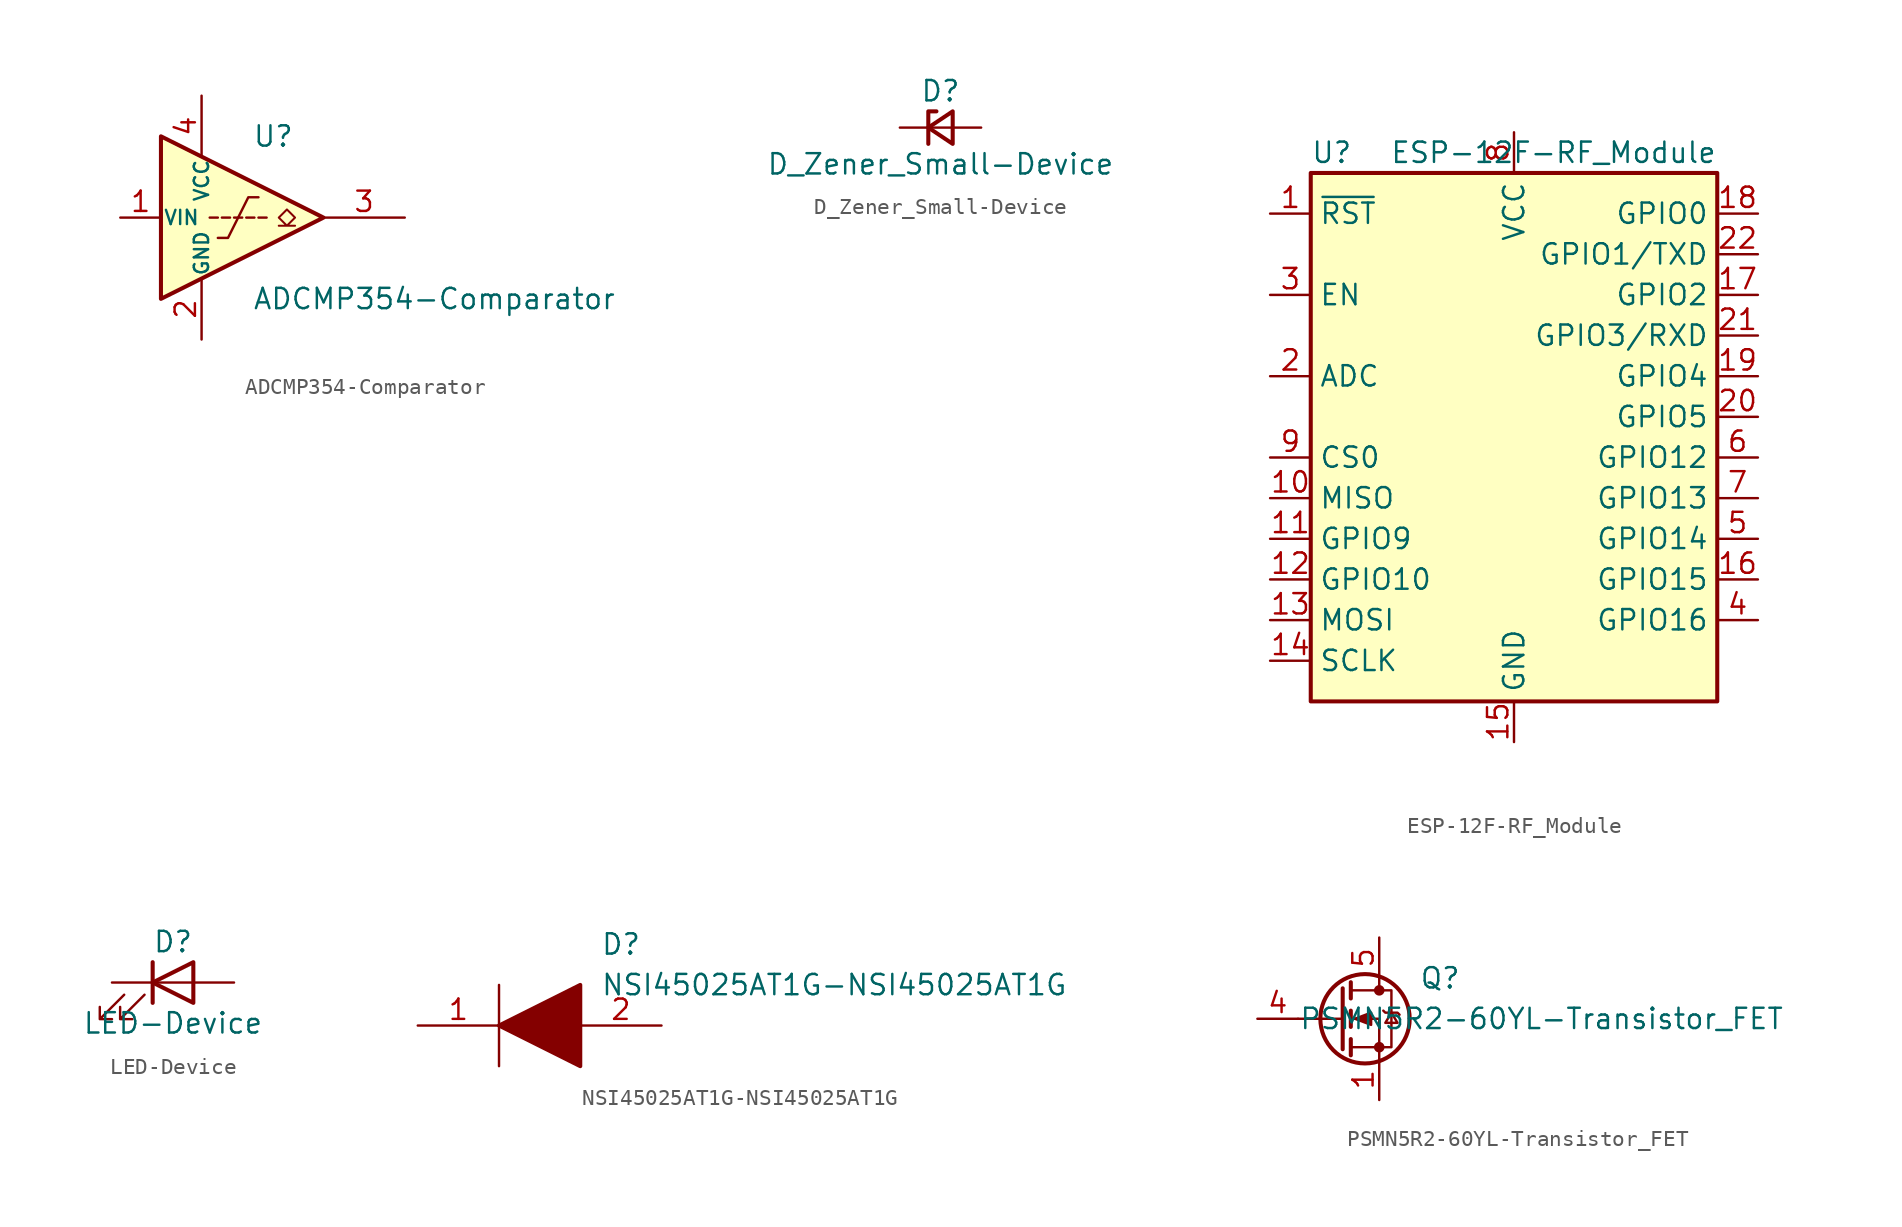
<source format=kicad_sym>
(kicad_symbol_lib
  (version 20211014)
  (generator kicad_symbol_editor)
  (symbol "ADCMP354-Comparator"
    (pin_names
      (offset 0.127))
    (property "Reference" "U"
      (at 3.175 5.08 0)
      (effects (font (size 1.27 1.27)) (justify left)))
    (property "Value" "ADCMP354-Comparator"
      (at 3.175 -5.08 0)
      (effects (font (size 1.27 1.27)) (justify left)))
    (symbol "ADCMP354-Comparator_0_1"
      (polyline (pts (xy 1.016 0) (xy 0.508 0)) (stroke (width 0) (type default) (color 0 0 0 0)) (fill (type none)))
      (polyline (pts (xy 1.778 0) (xy 1.27 0)) (stroke (width 0) (type default) (color 0 0 0 0)) (fill (type none)))
      (polyline (pts (xy 2.032 0) (xy 2.54 0)) (stroke (width 0) (type default) (color 0 0 0 0)) (fill (type none)))
      (polyline (pts (xy 2.794 0) (xy 3.302 0)) (stroke (width 0) (type default) (color 0 0 0 0)) (fill (type none)))
      (polyline (pts (xy 3.556 0) (xy 4.064 0)) (stroke (width 0) (type default) (color 0 0 0 0)) (fill (type none)))
      (polyline (pts (xy -2.54 5.08) (xy 7.62 0) (xy -2.54 -5.08) (xy -2.54 5.08)) (stroke (width 0.254) (type default) (color 0 0 0 0)) (fill (type background)))
      (polyline (pts (xy 1.016 -1.27) (xy 1.651 -1.27) (xy 2.921 1.27) (xy 3.556 1.27)) (stroke (width 0) (type default) (color 0 0 0 0)) (fill (type none)))
      (polyline (pts (xy 4.826 -0.508) (xy 5.334 -0.508) (xy 4.826 0) (xy 5.334 0.508) (xy 5.842 0) (xy 5.334 -0.508) (xy 5.842 -0.508)) (stroke (width 0.127) (type default) (color 0 0 0 0)) (fill (type none))))
    (symbol "ADCMP354-Comparator_1_1"
      (pin input line (at -5.08 0 0) (length 2.54) (name "VIN" (effects (font (size 0.889 0.889)))) (number "1" (effects (font (size 1.27 1.27)))))
      (pin power_in line (at 0 -7.62 90) (length 3.81) (name "GND" (effects (font (size 0.889 0.889)))) (number "2" (effects (font (size 1.27 1.27)))))
      (pin open_collector line (at 12.7 0 180) (length 5.08) (name "~" (effects (font (size 1.27 1.27)))) (number "3" (effects (font (size 1.27 1.27)))))
      (pin power_in line (at 0 7.62 270) (length 3.81) (name "VCC" (effects (font (size 0.889 0.889)))) (number "4" (effects (font (size 1.27 1.27)))))))
  (symbol "D_Zener_Small-Device"
    (pin_numbers hide)
    (pin_names
      (offset 0.254) hide)
    (property "Reference" "D"
      (at 0 2.286 0)
      (effects (font (size 1.27 1.27))))
    (property "Value" "D_Zener_Small-Device"
      (at 0 -2.286 0)
      (effects (font (size 1.27 1.27))))
    (symbol "D_Zener_Small-Device_0_1"
      (polyline (pts (xy 0.762 0) (xy -0.762 0)) (stroke (width 0) (type default) (color 0 0 0 0)) (fill (type none)))
      (polyline (pts (xy -0.254 1.016) (xy -0.762 1.016) (xy -0.762 -1.016)) (stroke (width 0.254) (type default) (color 0 0 0 0)) (fill (type none)))
      (polyline (pts (xy 0.762 1.016) (xy -0.762 0) (xy 0.762 -1.016) (xy 0.762 1.016)) (stroke (width 0.254) (type default) (color 0 0 0 0)) (fill (type none))))
    (symbol "D_Zener_Small-Device_1_1"
      (pin passive line (at -2.54 0 0) (length 1.778) (name "K" (effects (font (size 1.27 1.27)))) (number "1" (effects (font (size 1.27 1.27)))))
      (pin passive line (at 2.54 0 180) (length 1.778) (name "A" (effects (font (size 1.27 1.27)))) (number "2" (effects (font (size 1.27 1.27)))))))
  (symbol "ESP-12F-RF_Module"
    (property "Reference" "U"
      (at -12.7 19.05 0)
      (effects (font (size 1.27 1.27)) (justify left)))
    (property "Value" "ESP-12F-RF_Module"
      (at 12.7 19.05 0)
      (effects (font (size 1.27 1.27)) (justify right)))
    (symbol "ESP-12F-RF_Module_0_1"
      (rectangle (start -12.7 17.78) (end 12.7 -15.24) (stroke (width 0.254) (type default) (color 0 0 0 0)) (fill (type background))))
    (symbol "ESP-12F-RF_Module_1_1"
      (pin input line (at -15.24 15.24 0) (length 2.54) (name "~{RST}" (effects (font (size 1.27 1.27)))) (number "1" (effects (font (size 1.27 1.27)))))
      (pin bidirectional line (at -15.24 -2.54 0) (length 2.54) (name "MISO" (effects (font (size 1.27 1.27)))) (number "10" (effects (font (size 1.27 1.27)))))
      (pin bidirectional line (at -15.24 -5.08 0) (length 2.54) (name "GPIO9" (effects (font (size 1.27 1.27)))) (number "11" (effects (font (size 1.27 1.27)))))
      (pin bidirectional line (at -15.24 -7.62 0) (length 2.54) (name "GPIO10" (effects (font (size 1.27 1.27)))) (number "12" (effects (font (size 1.27 1.27)))))
      (pin bidirectional line (at -15.24 -10.16 0) (length 2.54) (name "MOSI" (effects (font (size 1.27 1.27)))) (number "13" (effects (font (size 1.27 1.27)))))
      (pin bidirectional line (at -15.24 -12.7 0) (length 2.54) (name "SCLK" (effects (font (size 1.27 1.27)))) (number "14" (effects (font (size 1.27 1.27)))))
      (pin power_in line (at 0 -17.78 90) (length 2.54) (name "GND" (effects (font (size 1.27 1.27)))) (number "15" (effects (font (size 1.27 1.27)))))
      (pin bidirectional line (at 15.24 -7.62 180) (length 2.54) (name "GPIO15" (effects (font (size 1.27 1.27)))) (number "16" (effects (font (size 1.27 1.27)))))
      (pin bidirectional line (at 15.24 10.16 180) (length 2.54) (name "GPIO2" (effects (font (size 1.27 1.27)))) (number "17" (effects (font (size 1.27 1.27)))))
      (pin bidirectional line (at 15.24 15.24 180) (length 2.54) (name "GPIO0" (effects (font (size 1.27 1.27)))) (number "18" (effects (font (size 1.27 1.27)))))
      (pin bidirectional line (at 15.24 5.08 180) (length 2.54) (name "GPIO4" (effects (font (size 1.27 1.27)))) (number "19" (effects (font (size 1.27 1.27)))))
      (pin input line (at -15.24 5.08 0) (length 2.54) (name "ADC" (effects (font (size 1.27 1.27)))) (number "2" (effects (font (size 1.27 1.27)))))
      (pin bidirectional line (at 15.24 2.54 180) (length 2.54) (name "GPIO5" (effects (font (size 1.27 1.27)))) (number "20" (effects (font (size 1.27 1.27)))))
      (pin bidirectional line (at 15.24 7.62 180) (length 2.54) (name "GPIO3/RXD" (effects (font (size 1.27 1.27)))) (number "21" (effects (font (size 1.27 1.27)))))
      (pin bidirectional line (at 15.24 12.7 180) (length 2.54) (name "GPIO1/TXD" (effects (font (size 1.27 1.27)))) (number "22" (effects (font (size 1.27 1.27)))))
      (pin input line (at -15.24 10.16 0) (length 2.54) (name "EN" (effects (font (size 1.27 1.27)))) (number "3" (effects (font (size 1.27 1.27)))))
      (pin bidirectional line (at 15.24 -10.16 180) (length 2.54) (name "GPIO16" (effects (font (size 1.27 1.27)))) (number "4" (effects (font (size 1.27 1.27)))))
      (pin bidirectional line (at 15.24 -5.08 180) (length 2.54) (name "GPIO14" (effects (font (size 1.27 1.27)))) (number "5" (effects (font (size 1.27 1.27)))))
      (pin bidirectional line (at 15.24 0 180) (length 2.54) (name "GPIO12" (effects (font (size 1.27 1.27)))) (number "6" (effects (font (size 1.27 1.27)))))
      (pin bidirectional line (at 15.24 -2.54 180) (length 2.54) (name "GPIO13" (effects (font (size 1.27 1.27)))) (number "7" (effects (font (size 1.27 1.27)))))
      (pin power_in line (at 0 20.32 270) (length 2.54) (name "VCC" (effects (font (size 1.27 1.27)))) (number "8" (effects (font (size 1.27 1.27)))))
      (pin input line (at -15.24 0 0) (length 2.54) (name "CS0" (effects (font (size 1.27 1.27)))) (number "9" (effects (font (size 1.27 1.27)))))))
  (symbol "LED-Device"
    (pin_numbers hide)
    (pin_names
      (offset 1.016) hide)
    (property "Reference" "D"
      (at 0 2.54 0)
      (effects (font (size 1.27 1.27))))
    (property "Value" "LED-Device"
      (at 0 -2.54 0)
      (effects (font (size 1.27 1.27))))
    (symbol "LED-Device_0_1"
      (polyline (pts (xy -1.27 -1.27) (xy -1.27 1.27)) (stroke (width 0.254) (type default) (color 0 0 0 0)) (fill (type none)))
      (polyline (pts (xy -1.27 0) (xy 1.27 0)) (stroke (width 0) (type default) (color 0 0 0 0)) (fill (type none)))
      (polyline (pts (xy 1.27 -1.27) (xy 1.27 1.27) (xy -1.27 0) (xy 1.27 -1.27)) (stroke (width 0.254) (type default) (color 0 0 0 0)) (fill (type none)))
      (polyline (pts (xy -3.048 -0.762) (xy -4.572 -2.286) (xy -3.81 -2.286) (xy -4.572 -2.286) (xy -4.572 -1.524)) (stroke (width 0) (type default) (color 0 0 0 0)) (fill (type none)))
      (polyline (pts (xy -1.778 -0.762) (xy -3.302 -2.286) (xy -2.54 -2.286) (xy -3.302 -2.286) (xy -3.302 -1.524)) (stroke (width 0) (type default) (color 0 0 0 0)) (fill (type none))))
    (symbol "LED-Device_1_1"
      (pin passive line (at -3.81 0 0) (length 2.54) (name "K" (effects (font (size 1.27 1.27)))) (number "1" (effects (font (size 1.27 1.27)))))
      (pin passive line (at 3.81 0 180) (length 2.54) (name "A" (effects (font (size 1.27 1.27)))) (number "2" (effects (font (size 1.27 1.27)))))))
  (symbol "NSI45025AT1G-NSI45025AT1G"
    (pin_names
      (offset 0.762))
    (property "Reference" "D"
      (at 11.43 5.08 0)
      (effects (font (size 1.27 1.27)) (justify left)))
    (property "Value" "NSI45025AT1G-NSI45025AT1G"
      (at 11.43 2.54 0)
      (effects (font (size 1.27 1.27)) (justify left)))
    (symbol "NSI45025AT1G-NSI45025AT1G_0_0"
      (pin passive line (at 0 0 0) (length 5.08) (name "~" (effects (font (size 1.27 1.27)))) (number "1" (effects (font (size 1.27 1.27)))))
      (pin passive line (at 15.24 0 180) (length 5.08) (name "~" (effects (font (size 1.27 1.27)))) (number "2" (effects (font (size 1.27 1.27))))))
    (symbol "NSI45025AT1G-NSI45025AT1G_0_1"
      (polyline (pts (xy 5.08 2.54) (xy 5.08 -2.54)) (stroke (width 0.152) (type default) (color 0 0 0 0)) (fill (type none)))
      (polyline (pts (xy 5.08 0) (xy 10.16 2.54) (xy 10.16 -2.54) (xy 5.08 0)) (stroke (width 0.254) (type default) (color 0 0 0 0)) (fill (type outline)))))
  (symbol "PSMN5R2-60YL-Transistor_FET"
    (pin_names hide)
    (property "Reference" "Q"
      (at 6.35 2.54 0)
      (effects (font (size 1.27 1.27))))
    (property "Value" "PSMN5R2-60YL-Transistor_FET"
      (at 12.7 0 0)
      (effects (font (size 1.27 1.27))))
    (symbol "PSMN5R2-60YL-Transistor_FET_0_1"
      (polyline (pts (xy 0.254 0) (xy -2.54 0)) (stroke (width 0) (type default) (color 0 0 0 0)) (fill (type none)))
      (polyline (pts (xy 0.254 1.905) (xy 0.254 -1.905)) (stroke (width 0.254) (type default) (color 0 0 0 0)) (fill (type none)))
      (polyline (pts (xy 0.762 -1.27) (xy 0.762 -2.286)) (stroke (width 0.254) (type default) (color 0 0 0 0)) (fill (type none)))
      (polyline (pts (xy 0.762 0.508) (xy 0.762 -0.508)) (stroke (width 0.254) (type default) (color 0 0 0 0)) (fill (type none)))
      (polyline (pts (xy 0.762 2.286) (xy 0.762 1.27)) (stroke (width 0.254) (type default) (color 0 0 0 0)) (fill (type none)))
      (polyline (pts (xy 2.54 2.54) (xy 2.54 1.778)) (stroke (width 0) (type default) (color 0 0 0 0)) (fill (type none)))
      (polyline (pts (xy 2.54 -2.54) (xy 2.54 0) (xy 0.762 0)) (stroke (width 0) (type default) (color 0 0 0 0)) (fill (type none)))
      (polyline (pts (xy 0.762 -1.778) (xy 3.302 -1.778) (xy 3.302 1.778) (xy 0.762 1.778)) (stroke (width 0) (type default) (color 0 0 0 0)) (fill (type none)))
      (polyline (pts (xy 1.016 0) (xy 2.032 0.381) (xy 2.032 -0.381) (xy 1.016 0)) (stroke (width 0) (type default) (color 0 0 0 0)) (fill (type outline)))
      (polyline (pts (xy 2.794 0.508) (xy 2.921 0.381) (xy 3.683 0.381) (xy 3.81 0.254)) (stroke (width 0) (type default) (color 0 0 0 0)) (fill (type none)))
      (polyline (pts (xy 3.302 0.381) (xy 2.921 -0.254) (xy 3.683 -0.254) (xy 3.302 0.381)) (stroke (width 0) (type default) (color 0 0 0 0)) (fill (type none)))
      (circle (center 1.651 0) (radius 2.794) (stroke (width 0.254) (type default) (color 0 0 0 0)) (fill (type none)))
      (circle (center 2.54 -1.778) (radius 0.254) (stroke (width 0) (type default) (color 0 0 0 0)) (fill (type outline)))
      (circle (center 2.54 1.778) (radius 0.254) (stroke (width 0) (type default) (color 0 0 0 0)) (fill (type outline))))
    (symbol "PSMN5R2-60YL-Transistor_FET_1_1"
      (pin passive line (at 2.54 -5.08 90) (length 2.54) (name "S" (effects (font (size 1.27 1.27)))) (number "1" (effects (font (size 1.27 1.27)))))
      (pin passive line (at 2.54 -5.08 90) (length 2.54) hide (name "S" (effects (font (size 1.27 1.27)))) (number "2" (effects (font (size 1.27 1.27)))))
      (pin passive line (at 2.54 -5.08 90) (length 2.54) hide (name "S" (effects (font (size 1.27 1.27)))) (number "3" (effects (font (size 1.27 1.27)))))
      (pin passive line (at -5.08 0 0) (length 2.54) (name "G" (effects (font (size 1.27 1.27)))) (number "4" (effects (font (size 1.27 1.27)))))
      (pin passive line (at 2.54 5.08 270) (length 2.54) (name "D" (effects (font (size 1.27 1.27)))) (number "5" (effects (font (size 1.27 1.27))))))))
</source>
